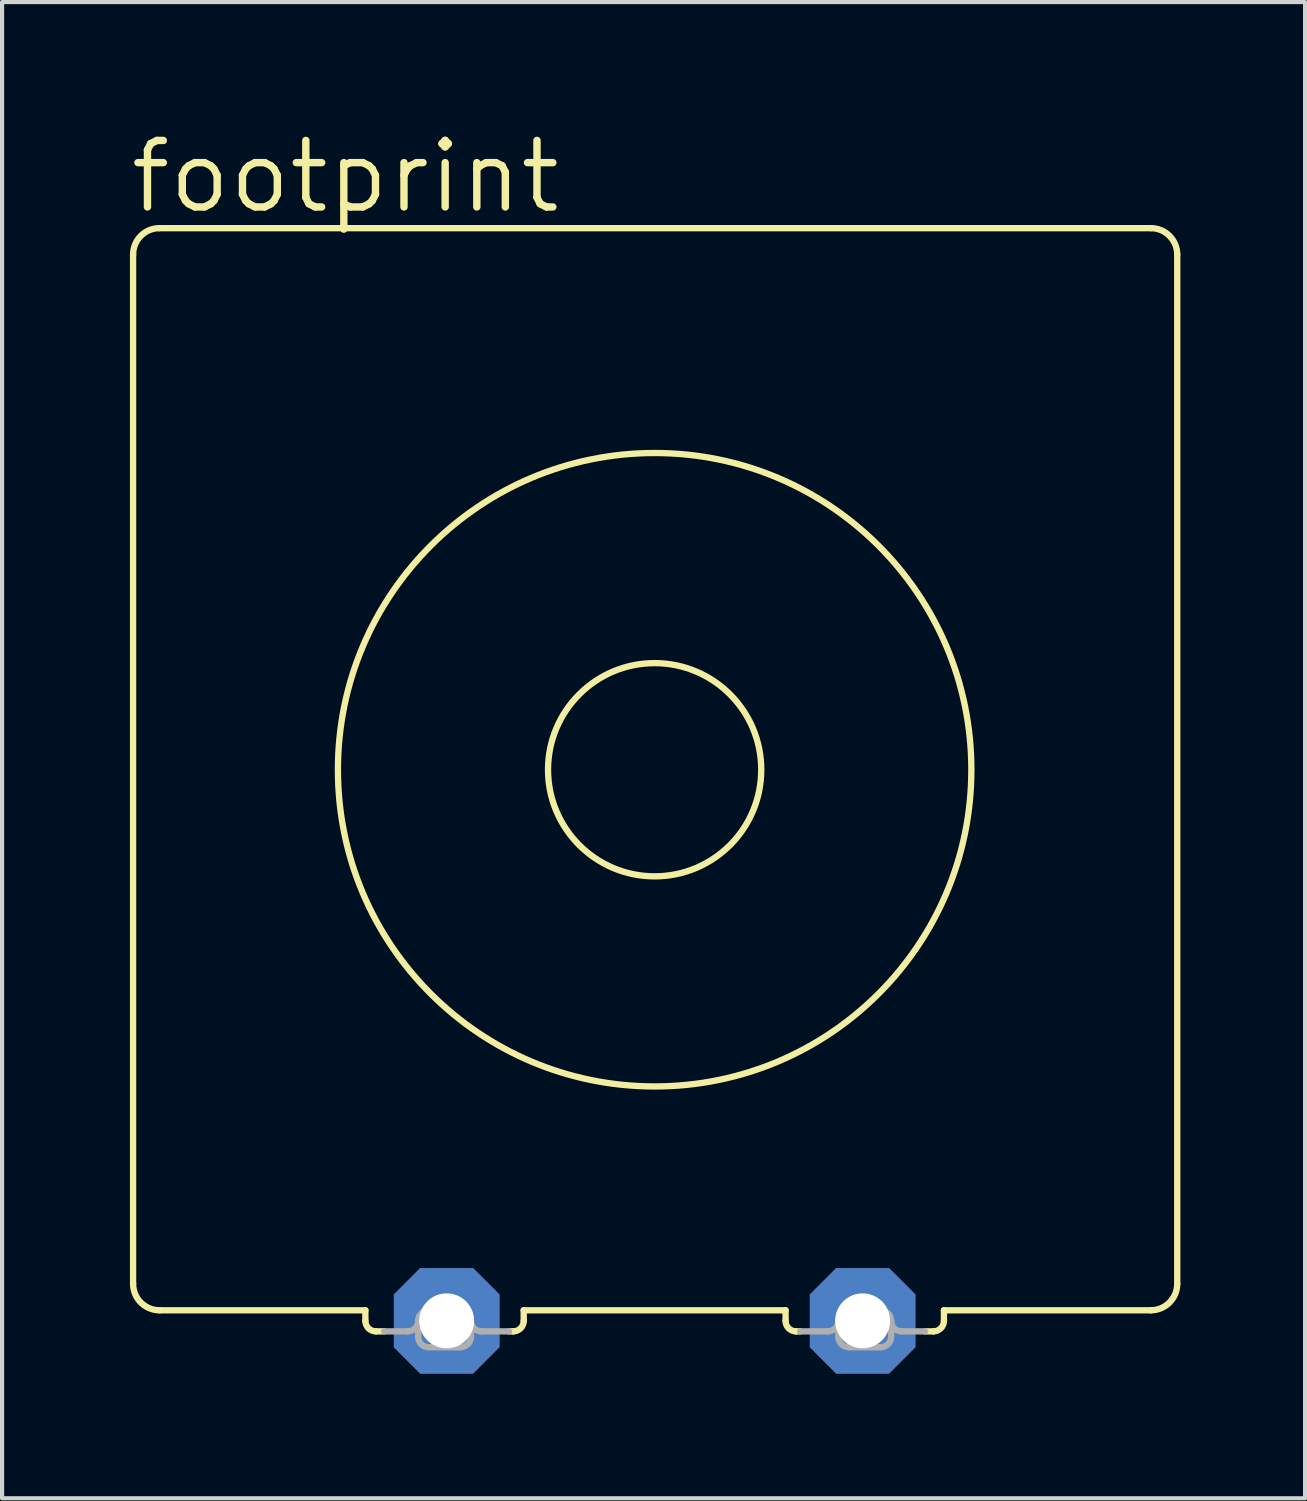
<source format=kicad_pcb>
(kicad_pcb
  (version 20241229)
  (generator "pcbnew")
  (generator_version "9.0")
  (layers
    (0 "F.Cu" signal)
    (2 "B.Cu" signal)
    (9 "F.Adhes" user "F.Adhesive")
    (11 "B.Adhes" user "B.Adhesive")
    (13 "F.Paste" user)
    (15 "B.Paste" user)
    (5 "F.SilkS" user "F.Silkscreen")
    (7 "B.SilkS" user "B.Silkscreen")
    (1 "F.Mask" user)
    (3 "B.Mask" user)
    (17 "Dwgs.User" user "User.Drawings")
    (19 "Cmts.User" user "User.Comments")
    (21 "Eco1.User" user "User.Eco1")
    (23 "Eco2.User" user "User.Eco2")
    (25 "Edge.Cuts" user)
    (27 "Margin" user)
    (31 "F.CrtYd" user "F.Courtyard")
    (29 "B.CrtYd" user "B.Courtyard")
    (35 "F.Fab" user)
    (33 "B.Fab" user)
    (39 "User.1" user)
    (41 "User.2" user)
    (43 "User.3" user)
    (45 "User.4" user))
  (footprint "footprint"
    (layer "F.Cu")
    (at 12.7 15.469)
    (property "Reference" "footprint" (at -12.7 -13.335 0) (layer "F.SilkS") (effects (font (size 1.6 1.6) (thickness 0.178)) (justify left bottom)))
    (fp_line (start -12.548 12.37) (end -12.548 -12.395) (stroke (width 0.152) (type solid)) (layer "F.SilkS"))
    (fp_line (start -11.913 -13.03) (end 11.938 -13.03) (stroke (width 0.152) (type solid)) (layer "F.SilkS"))
    (fp_line (start -11.913 13.005) (end -6.96 13.005) (stroke (width 0.152) (type solid)) (layer "F.SilkS"))
    (fp_line (start -6.96 13.005) (end -6.96 13.259) (stroke (width 0.152) (type solid)) (layer "F.SilkS"))
    (fp_line (start -6.706 13.513) (end -6.507 13.513) (stroke (width 0.152) (type solid)) (layer "F.SilkS"))
    (fp_line (start -3.501 13.513) (end -3.404 13.513) (stroke (width 0.152) (type solid)) (layer "F.SilkS"))
    (fp_line (start -3.15 13.005) (end 3.15 13.005) (stroke (width 0.152) (type solid)) (layer "F.SilkS"))
    (fp_line (start -3.15 13.259) (end -3.15 13.005) (stroke (width 0.152) (type solid)) (layer "F.SilkS"))
    (fp_line (start 3.15 13.259) (end 3.15 13.005) (stroke (width 0.152) (type solid)) (layer "F.SilkS"))
    (fp_line (start 3.501 13.513) (end 3.404 13.513) (stroke (width 0.152) (type solid)) (layer "F.SilkS"))
    (fp_line (start 6.706 13.513) (end 6.507 13.513) (stroke (width 0.152) (type solid)) (layer "F.SilkS"))
    (fp_line (start 6.96 13.005) (end 6.96 13.259) (stroke (width 0.152) (type solid)) (layer "F.SilkS"))
    (fp_line (start 6.96 13.005) (end 11.938 13.005) (stroke (width 0.152) (type solid)) (layer "F.SilkS"))
    (fp_line (start 12.573 12.37) (end 12.573 -12.395) (stroke (width 0.152) (type solid)) (layer "F.SilkS"))
    (fp_arc (start -12.5476 -12.3952) (mid -12.361613 -12.844213) (end -11.9126 -13.0302) (stroke (width 0.1524) (type solid)) (layer "F.SilkS"))
    (fp_arc (start -11.9126 13.0048) (mid -12.361613 12.818813) (end -12.5476 12.3698) (stroke (width 0.1524) (type solid)) (layer "F.SilkS"))
    (fp_arc (start -6.7056 13.5128) (mid -6.885205 13.438405) (end -6.9596 13.2588) (stroke (width 0.1524) (type solid)) (layer "F.SilkS"))
    (fp_arc (start -3.1496 13.2588) (mid -3.223995 13.438405) (end -3.4036 13.5128) (stroke (width 0.1524) (type solid)) (layer "F.SilkS"))
    (fp_arc (start 3.4036 13.5128) (mid 3.223995 13.438405) (end 3.1496 13.2588) (stroke (width 0.1524) (type solid)) (layer "F.SilkS"))
    (fp_arc (start 6.9596 13.2588) (mid 6.885205 13.438405) (end 6.7056 13.5128) (stroke (width 0.1524) (type solid)) (layer "F.SilkS"))
    (fp_arc (start 11.938 -13.0302) (mid 12.387013 -12.844213) (end 12.573 -12.3952) (stroke (width 0.1524) (type solid)) (layer "F.SilkS"))
    (fp_arc (start 12.573 12.3698) (mid 12.387013 12.818813) (end 11.938 13.0048) (stroke (width 0.1524) (type solid)) (layer "F.SilkS"))
    (fp_circle (center 0 0) (end 2.565 0) (stroke (width 0.152) (type solid)) (fill no) (layer "F.SilkS"))
    (fp_circle (center 0 0) (end 7.62 0) (stroke (width 0.152) (type solid)) (fill no) (layer "F.SilkS"))
    (fp_line (start -6.507 13.513) (end -5.944 13.513) (stroke (width 0.152) (type solid)) (layer "F.Fab"))
    (fp_line (start -5.69 13.64) (end -5.69 13.259) (stroke (width 0.152) (type solid)) (layer "F.Fab"))
    (fp_line (start -5.436 13.005) (end -4.674 13.005) (stroke (width 0.152) (type solid)) (layer "F.Fab"))
    (fp_line (start -5.436 13.894) (end -4.674 13.894) (stroke (width 0.152) (type solid)) (layer "F.Fab"))
    (fp_line (start -4.42 13.64) (end -4.42 13.259) (stroke (width 0.152) (type solid)) (layer "F.Fab"))
    (fp_line (start -4.166 13.513) (end -3.501 13.513) (stroke (width 0.152) (type solid)) (layer "F.Fab"))
    (fp_line (start 4.166 13.513) (end 3.501 13.513) (stroke (width 0.152) (type solid)) (layer "F.Fab"))
    (fp_line (start 4.42 13.64) (end 4.42 13.259) (stroke (width 0.152) (type solid)) (layer "F.Fab"))
    (fp_line (start 4.674 13.005) (end 5.436 13.005) (stroke (width 0.152) (type solid)) (layer "F.Fab"))
    (fp_line (start 4.674 13.894) (end 5.436 13.894) (stroke (width 0.152) (type solid)) (layer "F.Fab"))
    (fp_line (start 5.69 13.259) (end 5.69 13.64) (stroke (width 0.152) (type solid)) (layer "F.Fab"))
    (fp_line (start 6.507 13.513) (end 5.944 13.513) (stroke (width 0.152) (type solid)) (layer "F.Fab"))
    (fp_arc (start -5.6896 13.2588) (mid -5.763995 13.438405) (end -5.9436 13.5128) (stroke (width 0.1524) (type solid)) (layer "F.Fab"))
    (fp_arc (start -5.6896 13.2588) (mid -5.615205 13.079195) (end -5.4356 13.0048) (stroke (width 0.1524) (type solid)) (layer "F.Fab"))
    (fp_arc (start -5.4356 13.8938) (mid -5.615205 13.819405) (end -5.6896 13.6398) (stroke (width 0.1524) (type solid)) (layer "F.Fab"))
    (fp_arc (start -4.6736 13.0048) (mid -4.493995 13.079195) (end -4.4196 13.2588) (stroke (width 0.1524) (type solid)) (layer "F.Fab"))
    (fp_arc (start -4.4196 13.6398) (mid -4.493995 13.819405) (end -4.6736 13.8938) (stroke (width 0.1524) (type solid)) (layer "F.Fab"))
    (fp_arc (start -4.1656 13.5128) (mid -4.345205 13.438405) (end -4.4196 13.2588) (stroke (width 0.1524) (type solid)) (layer "F.Fab"))
    (fp_arc (start 4.4196 13.2588) (mid 4.345205 13.438405) (end 4.1656 13.5128) (stroke (width 0.1524) (type solid)) (layer "F.Fab"))
    (fp_arc (start 4.4196 13.2588) (mid 4.493995 13.079195) (end 4.6736 13.0048) (stroke (width 0.1524) (type solid)) (layer "F.Fab"))
    (fp_arc (start 4.6736 13.8938) (mid 4.493995 13.819405) (end 4.4196 13.6398) (stroke (width 0.1524) (type solid)) (layer "F.Fab"))
    (fp_arc (start 5.4356 13.0048) (mid 5.615205 13.079195) (end 5.6896 13.2588) (stroke (width 0.1524) (type solid)) (layer "F.Fab"))
    (fp_arc (start 5.6896 13.6398) (mid 5.615205 13.819405) (end 5.4356 13.8938) (stroke (width 0.1524) (type solid)) (layer "F.Fab"))
    (fp_arc (start 5.9436 13.5128) (mid 5.763995 13.438405) (end 5.6896 13.2588) (stroke (width 0.1524) (type solid)) (layer "F.Fab"))
    (pad "1" thru_hole roundrect (at -5.004 13.259) (size 2.54 2.54) (drill 1.321) (layers "*.Cu" "*.Mask") (roundrect_rratio 0.25) (chamfer_ratio 0.25) (chamfer top_left top_right bottom_left bottom_right))
    (pad "2" thru_hole roundrect (at 5.004 13.259) (size 2.54 2.54) (drill 1.321) (layers "*.Cu" "*.Mask") (roundrect_rratio 0.25) (chamfer_ratio 0.25) (chamfer top_left top_right bottom_left bottom_right)))
  (gr_rect
    (start -3 -3)
    (end 28.349 32.997)
    (stroke (width 0.1) (type default))
    (fill no)
    (layer "Edge.Cuts")))
</source>
